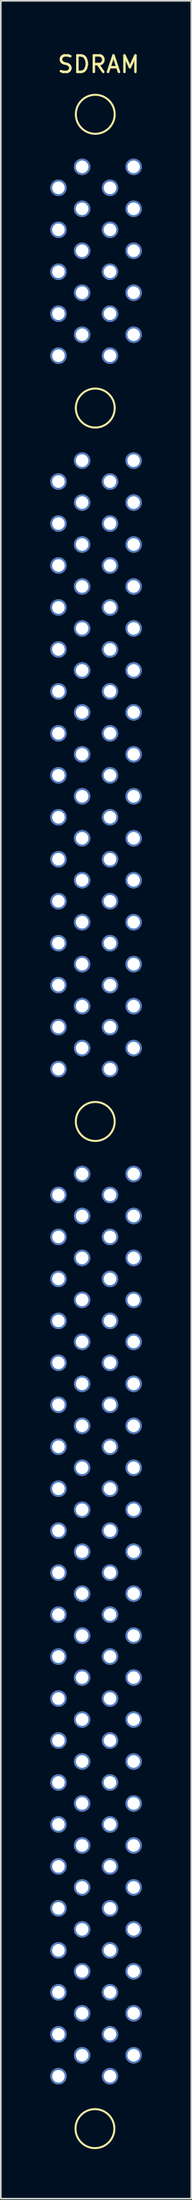
<source format=kicad_pcb>
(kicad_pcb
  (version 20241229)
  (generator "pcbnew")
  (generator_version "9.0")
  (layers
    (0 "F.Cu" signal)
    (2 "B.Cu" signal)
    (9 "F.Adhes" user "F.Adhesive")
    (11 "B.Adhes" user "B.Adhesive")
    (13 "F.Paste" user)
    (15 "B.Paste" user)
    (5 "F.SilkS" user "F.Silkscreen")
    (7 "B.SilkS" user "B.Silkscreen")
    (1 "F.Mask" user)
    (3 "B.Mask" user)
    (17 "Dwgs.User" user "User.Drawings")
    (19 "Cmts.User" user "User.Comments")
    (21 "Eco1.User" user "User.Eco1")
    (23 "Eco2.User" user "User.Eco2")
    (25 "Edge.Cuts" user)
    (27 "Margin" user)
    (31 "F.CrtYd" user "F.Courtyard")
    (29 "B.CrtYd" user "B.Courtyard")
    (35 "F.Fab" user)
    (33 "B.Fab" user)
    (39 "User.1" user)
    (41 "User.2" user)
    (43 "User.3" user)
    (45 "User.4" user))
  (footprint "SDRAM"
    (layer "F.Cu")
    (at 3.335 4.848)
    (property "Reference" "SDRAM" (at -0.4 -4 0) (layer "F.SilkS") (effects (font (size 1 1) (thickness 0.15))))
    (attr through_hole)
    (fp_circle (center -0.62 120.94) (end 0.56 120.94) (stroke (width 0.12) (type solid)) (fill no) (layer "F.SilkS"))
    (fp_circle (center -0.6 -0.98) (end 0.58 -0.98) (stroke (width 0.12) (type solid)) (fill no) (layer "F.SilkS"))
    (fp_circle (center -0.6 16.8) (end 0.58 16.8) (stroke (width 0.12) (type solid)) (fill no) (layer "F.SilkS"))
    (fp_circle (center -0.6 59.98) (end 0.58 59.98) (stroke (width 0.12) (type solid)) (fill no) (layer "F.SilkS"))
    (pad "1" thru_hole circle (at -1.4 2.2) (size 1 1) (drill 0.762) (layers "*.Cu" "*.Mask"))
    (pad "2" thru_hole circle (at -2.835 3.47) (size 1 1) (drill 0.762) (layers "*.Cu" "*.Mask"))
    (pad "3" thru_hole circle (at -1.4 4.74) (size 1 1) (drill 0.762) (layers "*.Cu" "*.Mask"))
    (pad "4" thru_hole circle (at -2.835 6.01) (size 1 1) (drill 0.762) (layers "*.Cu" "*.Mask"))
    (pad "5" thru_hole circle (at -1.4 7.28) (size 1 1) (drill 0.762) (layers "*.Cu" "*.Mask"))
    (pad "6" thru_hole circle (at -2.835 8.55) (size 1 1) (drill 0.762) (layers "*.Cu" "*.Mask"))
    (pad "7" thru_hole circle (at -1.4 9.82) (size 1 1) (drill 0.762) (layers "*.Cu" "*.Mask"))
    (pad "8" thru_hole circle (at -2.835 11.09) (size 1 1) (drill 0.762) (layers "*.Cu" "*.Mask"))
    (pad "9" thru_hole circle (at -1.4 12.36) (size 1 1) (drill 0.762) (layers "*.Cu" "*.Mask"))
    (pad "10" thru_hole circle (at -2.835 13.63) (size 1 1) (drill 0.762) (layers "*.Cu" "*.Mask"))
    (pad "11" thru_hole circle (at -1.4 19.98) (size 1 1) (drill 0.762) (layers "*.Cu" "*.Mask"))
    (pad "12" thru_hole circle (at -2.835 21.25) (size 1 1) (drill 0.762) (layers "*.Cu" "*.Mask"))
    (pad "13" thru_hole circle (at -1.4 22.52) (size 1 1) (drill 0.762) (layers "*.Cu" "*.Mask"))
    (pad "14" thru_hole circle (at -2.835 23.79) (size 1 1) (drill 0.762) (layers "*.Cu" "*.Mask"))
    (pad "15" thru_hole circle (at -1.4 25.06) (size 1 1) (drill 0.762) (layers "*.Cu" "*.Mask"))
    (pad "16" thru_hole circle (at -2.835 26.33) (size 1 1) (drill 0.762) (layers "*.Cu" "*.Mask"))
    (pad "17" thru_hole circle (at -1.4 27.6) (size 1 1) (drill 0.762) (layers "*.Cu" "*.Mask"))
    (pad "18" thru_hole circle (at -2.835 28.87) (size 1 1) (drill 0.762) (layers "*.Cu" "*.Mask"))
    (pad "19" thru_hole circle (at -1.4 30.14) (size 1 1) (drill 0.762) (layers "*.Cu" "*.Mask"))
    (pad "20" thru_hole circle (at -2.835 31.41) (size 1 1) (drill 0.762) (layers "*.Cu" "*.Mask"))
    (pad "21" thru_hole circle (at -1.4 32.68) (size 1 1) (drill 0.762) (layers "*.Cu" "*.Mask"))
    (pad "22" thru_hole circle (at -2.835 33.95) (size 1 1) (drill 0.762) (layers "*.Cu" "*.Mask"))
    (pad "23" thru_hole circle (at -1.4 35.22) (size 1 1) (drill 0.762) (layers "*.Cu" "*.Mask"))
    (pad "24" thru_hole circle (at -2.835 36.49) (size 1 1) (drill 0.762) (layers "*.Cu" "*.Mask"))
    (pad "25" thru_hole circle (at -1.4 37.76) (size 1 1) (drill 0.762) (layers "*.Cu" "*.Mask"))
    (pad "26" thru_hole circle (at -2.835 39.03) (size 1 1) (drill 0.762) (layers "*.Cu" "*.Mask"))
    (pad "27" thru_hole circle (at -1.4 40.3) (size 1 1) (drill 0.762) (layers "*.Cu" "*.Mask"))
    (pad "28" thru_hole circle (at -2.835 41.57) (size 1 1) (drill 0.762) (layers "*.Cu" "*.Mask"))
    (pad "29" thru_hole circle (at -1.4 42.84) (size 1 1) (drill 0.762) (layers "*.Cu" "*.Mask"))
    (pad "30" thru_hole circle (at -2.835 44.11) (size 1 1) (drill 0.762) (layers "*.Cu" "*.Mask"))
    (pad "31" thru_hole circle (at -1.4 45.38) (size 1 1) (drill 0.762) (layers "*.Cu" "*.Mask"))
    (pad "32" thru_hole circle (at -2.835 46.65) (size 1 1) (drill 0.762) (layers "*.Cu" "*.Mask"))
    (pad "33" thru_hole circle (at -1.4 47.92) (size 1 1) (drill 0.762) (layers "*.Cu" "*.Mask"))
    (pad "34" thru_hole circle (at -2.835 49.19) (size 1 1) (drill 0.762) (layers "*.Cu" "*.Mask"))
    (pad "35" thru_hole circle (at -1.4 50.46) (size 1 1) (drill 0.762) (layers "*.Cu" "*.Mask"))
    (pad "36" thru_hole circle (at -2.835 51.73) (size 1 1) (drill 0.762) (layers "*.Cu" "*.Mask"))
    (pad "37" thru_hole circle (at -1.4 53) (size 1 1) (drill 0.762) (layers "*.Cu" "*.Mask"))
    (pad "38" thru_hole circle (at -2.835 54.27) (size 1 1) (drill 0.762) (layers "*.Cu" "*.Mask"))
    (pad "39" thru_hole circle (at -1.4 55.54) (size 1 1) (drill 0.762) (layers "*.Cu" "*.Mask"))
    (pad "40" thru_hole circle (at -2.835 56.81) (size 1 1) (drill 0.762) (layers "*.Cu" "*.Mask"))
    (pad "41" thru_hole circle (at -1.4 63.16) (size 1 1) (drill 0.762) (layers "*.Cu" "*.Mask"))
    (pad "42" thru_hole circle (at -2.835 64.43) (size 1 1) (drill 0.762) (layers "*.Cu" "*.Mask"))
    (pad "43" thru_hole circle (at -1.4 65.7) (size 1 1) (drill 0.762) (layers "*.Cu" "*.Mask"))
    (pad "44" thru_hole circle (at -2.835 66.97) (size 1 1) (drill 0.762) (layers "*.Cu" "*.Mask"))
    (pad "45" thru_hole circle (at -1.4 68.24) (size 1 1) (drill 0.762) (layers "*.Cu" "*.Mask"))
    (pad "46" thru_hole circle (at -2.835 69.51) (size 1 1) (drill 0.762) (layers "*.Cu" "*.Mask"))
    (pad "47" thru_hole circle (at -1.4 70.78) (size 1 1) (drill 0.762) (layers "*.Cu" "*.Mask"))
    (pad "48" thru_hole circle (at -2.835 72.05) (size 1 1) (drill 0.762) (layers "*.Cu" "*.Mask"))
    (pad "49" thru_hole circle (at -1.4 73.32) (size 1 1) (drill 0.762) (layers "*.Cu" "*.Mask"))
    (pad "50" thru_hole circle (at -2.835 74.59) (size 1 1) (drill 0.762) (layers "*.Cu" "*.Mask"))
    (pad "51" thru_hole circle (at -1.4 75.86) (size 1 1) (drill 0.762) (layers "*.Cu" "*.Mask"))
    (pad "52" thru_hole circle (at -2.835 77.13) (size 1 1) (drill 0.762) (layers "*.Cu" "*.Mask"))
    (pad "53" thru_hole circle (at -1.4 78.4) (size 1 1) (drill 0.762) (layers "*.Cu" "*.Mask"))
    (pad "54" thru_hole circle (at -2.835 79.67) (size 1 1) (drill 0.762) (layers "*.Cu" "*.Mask"))
    (pad "55" thru_hole circle (at -1.4 80.94) (size 1 1) (drill 0.762) (layers "*.Cu" "*.Mask"))
    (pad "56" thru_hole circle (at -2.835 82.21) (size 1 1) (drill 0.762) (layers "*.Cu" "*.Mask"))
    (pad "57" thru_hole circle (at -1.4 83.48) (size 1 1) (drill 0.762) (layers "*.Cu" "*.Mask"))
    (pad "58" thru_hole circle (at -2.835 84.75) (size 1 1) (drill 0.762) (layers "*.Cu" "*.Mask"))
    (pad "59" thru_hole circle (at -1.4 86.02) (size 1 1) (drill 0.762) (layers "*.Cu" "*.Mask"))
    (pad "60" thru_hole circle (at -2.835 87.29) (size 1 1) (drill 0.762) (layers "*.Cu" "*.Mask"))
    (pad "61" thru_hole circle (at -1.4 88.56) (size 1 1) (drill 0.762) (layers "*.Cu" "*.Mask"))
    (pad "62" thru_hole circle (at -2.835 89.83) (size 1 1) (drill 0.762) (layers "*.Cu" "*.Mask"))
    (pad "63" thru_hole circle (at -1.4 91.1) (size 1 1) (drill 0.762) (layers "*.Cu" "*.Mask"))
    (pad "64" thru_hole circle (at -2.835 92.37) (size 1 1) (drill 0.762) (layers "*.Cu" "*.Mask"))
    (pad "65" thru_hole circle (at -1.4 93.64) (size 1 1) (drill 0.762) (layers "*.Cu" "*.Mask"))
    (pad "66" thru_hole circle (at -2.835 94.91) (size 1 1) (drill 0.762) (layers "*.Cu" "*.Mask"))
    (pad "67" thru_hole circle (at -1.4 96.18) (size 1 1) (drill 0.762) (layers "*.Cu" "*.Mask"))
    (pad "68" thru_hole circle (at -2.835 97.45) (size 1 1) (drill 0.762) (layers "*.Cu" "*.Mask"))
    (pad "69" thru_hole circle (at -1.4 98.72) (size 1 1) (drill 0.762) (layers "*.Cu" "*.Mask"))
    (pad "70" thru_hole circle (at -2.835 99.99) (size 1 1) (drill 0.762) (layers "*.Cu" "*.Mask"))
    (pad "71" thru_hole circle (at -1.4 101.26) (size 1 1) (drill 0.762) (layers "*.Cu" "*.Mask"))
    (pad "72" thru_hole circle (at -2.835 102.53) (size 1 1) (drill 0.762) (layers "*.Cu" "*.Mask"))
    (pad "73" thru_hole circle (at -1.4 103.8) (size 1 1) (drill 0.762) (layers "*.Cu" "*.Mask"))
    (pad "74" thru_hole circle (at -2.835 105.07) (size 1 1) (drill 0.762) (layers "*.Cu" "*.Mask"))
    (pad "75" thru_hole circle (at -1.4 106.34) (size 1 1) (drill 0.762) (layers "*.Cu" "*.Mask"))
    (pad "76" thru_hole circle (at -2.835 107.61) (size 1 1) (drill 0.762) (layers "*.Cu" "*.Mask"))
    (pad "77" thru_hole circle (at -1.4 108.88) (size 1 1) (drill 0.762) (layers "*.Cu" "*.Mask"))
    (pad "78" thru_hole circle (at -2.835 110.15) (size 1 1) (drill 0.762) (layers "*.Cu" "*.Mask"))
    (pad "79" thru_hole circle (at -1.4 111.42) (size 1 1) (drill 0.762) (layers "*.Cu" "*.Mask"))
    (pad "80" thru_hole circle (at -2.835 112.69) (size 1 1) (drill 0.762) (layers "*.Cu" "*.Mask"))
    (pad "81" thru_hole circle (at -1.4 113.96) (size 1 1) (drill 0.762) (layers "*.Cu" "*.Mask"))
    (pad "82" thru_hole circle (at -2.835 115.23) (size 1 1) (drill 0.762) (layers "*.Cu" "*.Mask"))
    (pad "83" thru_hole circle (at -1.4 116.5) (size 1 1) (drill 0.762) (layers "*.Cu" "*.Mask"))
    (pad "84" thru_hole circle (at -2.835 117.77) (size 1 1) (drill 0.762) (layers "*.Cu" "*.Mask"))
    (pad "85" thru_hole circle (at 1.73 2.2) (size 1 1) (drill 0.762) (layers "*.Cu" "*.Mask"))
    (pad "86" thru_hole circle (at 0.295 3.47) (size 1 1) (drill 0.762) (layers "*.Cu" "*.Mask"))
    (pad "87" thru_hole circle (at 1.73 4.74) (size 1 1) (drill 0.762) (layers "*.Cu" "*.Mask"))
    (pad "88" thru_hole circle (at 0.295 6.01) (size 1 1) (drill 0.762) (layers "*.Cu" "*.Mask"))
    (pad "89" thru_hole circle (at 1.73 7.28) (size 1 1) (drill 0.762) (layers "*.Cu" "*.Mask"))
    (pad "90" thru_hole circle (at 0.295 8.55) (size 1 1) (drill 0.762) (layers "*.Cu" "*.Mask"))
    (pad "91" thru_hole circle (at 1.73 9.82) (size 1 1) (drill 0.762) (layers "*.Cu" "*.Mask"))
    (pad "92" thru_hole circle (at 0.295 11.09) (size 1 1) (drill 0.762) (layers "*.Cu" "*.Mask"))
    (pad "93" thru_hole circle (at 1.73 12.36) (size 1 1) (drill 0.762) (layers "*.Cu" "*.Mask"))
    (pad "94" thru_hole circle (at 0.295 13.63) (size 1 1) (drill 0.762) (layers "*.Cu" "*.Mask"))
    (pad "95" thru_hole circle (at 1.73 19.98) (size 1 1) (drill 0.762) (layers "*.Cu" "*.Mask"))
    (pad "96" thru_hole circle (at 0.295 21.25) (size 1 1) (drill 0.762) (layers "*.Cu" "*.Mask"))
    (pad "97" thru_hole circle (at 1.73 22.52) (size 1 1) (drill 0.762) (layers "*.Cu" "*.Mask"))
    (pad "98" thru_hole circle (at 0.295 23.79) (size 1 1) (drill 0.762) (layers "*.Cu" "*.Mask"))
    (pad "99" thru_hole circle (at 1.73 25.06) (size 1 1) (drill 0.762) (layers "*.Cu" "*.Mask"))
    (pad "100" thru_hole circle (at 0.295 26.33) (size 1 1) (drill 0.762) (layers "*.Cu" "*.Mask"))
    (pad "101" thru_hole circle (at 1.73 27.6) (size 1 1) (drill 0.762) (layers "*.Cu" "*.Mask"))
    (pad "102" thru_hole circle (at 0.295 28.87) (size 1 1) (drill 0.762) (layers "*.Cu" "*.Mask"))
    (pad "103" thru_hole circle (at 1.73 30.14) (size 1 1) (drill 0.762) (layers "*.Cu" "*.Mask"))
    (pad "104" thru_hole circle (at 0.295 31.41) (size 1 1) (drill 0.762) (layers "*.Cu" "*.Mask"))
    (pad "105" thru_hole circle (at 1.73 32.68) (size 1 1) (drill 0.762) (layers "*.Cu" "*.Mask"))
    (pad "106" thru_hole circle (at 0.295 33.95) (size 1 1) (drill 0.762) (layers "*.Cu" "*.Mask"))
    (pad "107" thru_hole circle (at 1.73 35.22) (size 1 1) (drill 0.762) (layers "*.Cu" "*.Mask"))
    (pad "108" thru_hole circle (at 0.295 36.49) (size 1 1) (drill 0.762) (layers "*.Cu" "*.Mask"))
    (pad "109" thru_hole circle (at 1.73 37.76) (size 1 1) (drill 0.762) (layers "*.Cu" "*.Mask"))
    (pad "110" thru_hole circle (at 0.295 39.03) (size 1 1) (drill 0.762) (layers "*.Cu" "*.Mask"))
    (pad "111" thru_hole circle (at 1.73 40.3) (size 1 1) (drill 0.762) (layers "*.Cu" "*.Mask"))
    (pad "112" thru_hole circle (at 0.295 41.57) (size 1 1) (drill 0.762) (layers "*.Cu" "*.Mask"))
    (pad "113" thru_hole circle (at 1.73 42.84) (size 1 1) (drill 0.762) (layers "*.Cu" "*.Mask"))
    (pad "114" thru_hole circle (at 0.295 44.11) (size 1 1) (drill 0.762) (layers "*.Cu" "*.Mask"))
    (pad "115" thru_hole circle (at 1.73 45.38) (size 1 1) (drill 0.762) (layers "*.Cu" "*.Mask"))
    (pad "116" thru_hole circle (at 0.295 46.65) (size 1 1) (drill 0.762) (layers "*.Cu" "*.Mask"))
    (pad "117" thru_hole circle (at 1.73 47.92) (size 1 1) (drill 0.762) (layers "*.Cu" "*.Mask"))
    (pad "118" thru_hole circle (at 0.295 49.19) (size 1 1) (drill 0.762) (layers "*.Cu" "*.Mask"))
    (pad "119" thru_hole circle (at 1.73 50.46) (size 1 1) (drill 0.762) (layers "*.Cu" "*.Mask"))
    (pad "120" thru_hole circle (at 0.295 51.73) (size 1 1) (drill 0.762) (layers "*.Cu" "*.Mask"))
    (pad "121" thru_hole circle (at 1.73 53) (size 1 1) (drill 0.762) (layers "*.Cu" "*.Mask"))
    (pad "122" thru_hole circle (at 0.295 54.27) (size 1 1) (drill 0.762) (layers "*.Cu" "*.Mask"))
    (pad "123" thru_hole circle (at 1.73 55.54) (size 1 1) (drill 0.762) (layers "*.Cu" "*.Mask"))
    (pad "124" thru_hole circle (at 0.295 56.81) (size 1 1) (drill 0.762) (layers "*.Cu" "*.Mask"))
    (pad "125" thru_hole circle (at 1.73 63.16) (size 1 1) (drill 0.762) (layers "*.Cu" "*.Mask"))
    (pad "126" thru_hole circle (at 0.295 64.43) (size 1 1) (drill 0.762) (layers "*.Cu" "*.Mask"))
    (pad "127" thru_hole circle (at 1.73 65.7) (size 1 1) (drill 0.762) (layers "*.Cu" "*.Mask"))
    (pad "128" thru_hole circle (at 0.295 66.97) (size 1 1) (drill 0.762) (layers "*.Cu" "*.Mask"))
    (pad "129" thru_hole circle (at 1.73 68.24) (size 1 1) (drill 0.762) (layers "*.Cu" "*.Mask"))
    (pad "130" thru_hole circle (at 0.295 69.51) (size 1 1) (drill 0.762) (layers "*.Cu" "*.Mask"))
    (pad "131" thru_hole circle (at 1.73 70.78) (size 1 1) (drill 0.762) (layers "*.Cu" "*.Mask"))
    (pad "132" thru_hole circle (at 0.295 72.05) (size 1 1) (drill 0.762) (layers "*.Cu" "*.Mask"))
    (pad "133" thru_hole circle (at 1.73 73.32) (size 1 1) (drill 0.762) (layers "*.Cu" "*.Mask"))
    (pad "134" thru_hole circle (at 0.295 74.59) (size 1 1) (drill 0.762) (layers "*.Cu" "*.Mask"))
    (pad "135" thru_hole circle (at 1.73 75.86) (size 1 1) (drill 0.762) (layers "*.Cu" "*.Mask"))
    (pad "136" thru_hole circle (at 0.295 77.13) (size 1 1) (drill 0.762) (layers "*.Cu" "*.Mask"))
    (pad "137" thru_hole circle (at 1.73 78.4) (size 1 1) (drill 0.762) (layers "*.Cu" "*.Mask"))
    (pad "138" thru_hole circle (at 0.295 79.67) (size 1 1) (drill 0.762) (layers "*.Cu" "*.Mask"))
    (pad "139" thru_hole circle (at 1.73 80.94) (size 1 1) (drill 0.762) (layers "*.Cu" "*.Mask"))
    (pad "140" thru_hole circle (at 0.295 82.21) (size 1 1) (drill 0.762) (layers "*.Cu" "*.Mask"))
    (pad "141" thru_hole circle (at 1.73 83.48) (size 1 1) (drill 0.762) (layers "*.Cu" "*.Mask"))
    (pad "142" thru_hole circle (at 0.295 84.75) (size 1 1) (drill 0.762) (layers "*.Cu" "*.Mask"))
    (pad "143" thru_hole circle (at 1.73 86.02) (size 1 1) (drill 0.762) (layers "*.Cu" "*.Mask"))
    (pad "144" thru_hole circle (at 0.295 87.29) (size 1 1) (drill 0.762) (layers "*.Cu" "*.Mask"))
    (pad "145" thru_hole circle (at 1.73 88.56) (size 1 1) (drill 0.762) (layers "*.Cu" "*.Mask"))
    (pad "146" thru_hole circle (at 0.295 89.83) (size 1 1) (drill 0.762) (layers "*.Cu" "*.Mask"))
    (pad "147" thru_hole circle (at 1.73 91.1) (size 1 1) (drill 0.762) (layers "*.Cu" "*.Mask"))
    (pad "148" thru_hole circle (at 0.295 92.37) (size 1 1) (drill 0.762) (layers "*.Cu" "*.Mask"))
    (pad "149" thru_hole circle (at 1.73 93.64) (size 1 1) (drill 0.762) (layers "*.Cu" "*.Mask"))
    (pad "150" thru_hole circle (at 0.295 94.91) (size 1 1) (drill 0.762) (layers "*.Cu" "*.Mask"))
    (pad "151" thru_hole circle (at 1.73 96.18) (size 1 1) (drill 0.762) (layers "*.Cu" "*.Mask"))
    (pad "152" thru_hole circle (at 0.295 97.45) (size 1 1) (drill 0.762) (layers "*.Cu" "*.Mask"))
    (pad "153" thru_hole circle (at 1.73 98.72) (size 1 1) (drill 0.762) (layers "*.Cu" "*.Mask"))
    (pad "154" thru_hole circle (at 0.295 99.99) (size 1 1) (drill 0.762) (layers "*.Cu" "*.Mask"))
    (pad "155" thru_hole circle (at 1.73 101.26) (size 1 1) (drill 0.762) (layers "*.Cu" "*.Mask"))
    (pad "156" thru_hole circle (at 0.295 102.53) (size 1 1) (drill 0.762) (layers "*.Cu" "*.Mask"))
    (pad "157" thru_hole circle (at 1.73 103.8) (size 1 1) (drill 0.762) (layers "*.Cu" "*.Mask"))
    (pad "158" thru_hole circle (at 0.295 105.07) (size 1 1) (drill 0.762) (layers "*.Cu" "*.Mask"))
    (pad "159" thru_hole circle (at 1.73 106.34) (size 1 1) (drill 0.762) (layers "*.Cu" "*.Mask"))
    (pad "160" thru_hole circle (at 0.295 107.61) (size 1 1) (drill 0.762) (layers "*.Cu" "*.Mask"))
    (pad "161" thru_hole circle (at 1.73 108.88) (size 1 1) (drill 0.762) (layers "*.Cu" "*.Mask"))
    (pad "162" thru_hole circle (at 0.295 110.15) (size 1 1) (drill 0.762) (layers "*.Cu" "*.Mask"))
    (pad "163" thru_hole circle (at 1.73 111.42) (size 1 1) (drill 0.762) (layers "*.Cu" "*.Mask"))
    (pad "164" thru_hole circle (at 0.295 112.69) (size 1 1) (drill 0.762) (layers "*.Cu" "*.Mask"))
    (pad "165" thru_hole circle (at 1.73 113.96) (size 1 1) (drill 0.762) (layers "*.Cu" "*.Mask"))
    (pad "166" thru_hole circle (at 0.295 115.23) (size 1 1) (drill 0.762) (layers "*.Cu" "*.Mask"))
    (pad "167" thru_hole circle (at 1.73 116.5) (size 1 1) (drill 0.762) (layers "*.Cu" "*.Mask"))
    (pad "168" thru_hole circle (at 0.295 117.77) (size 1 1) (drill 0.762) (layers "*.Cu" "*.Mask")))
  (gr_rect
    (start -3 -3)
    (end 8.565 130.028)
    (stroke (width 0.1) (type default))
    (fill no)
    (layer "Edge.Cuts")))
</source>
